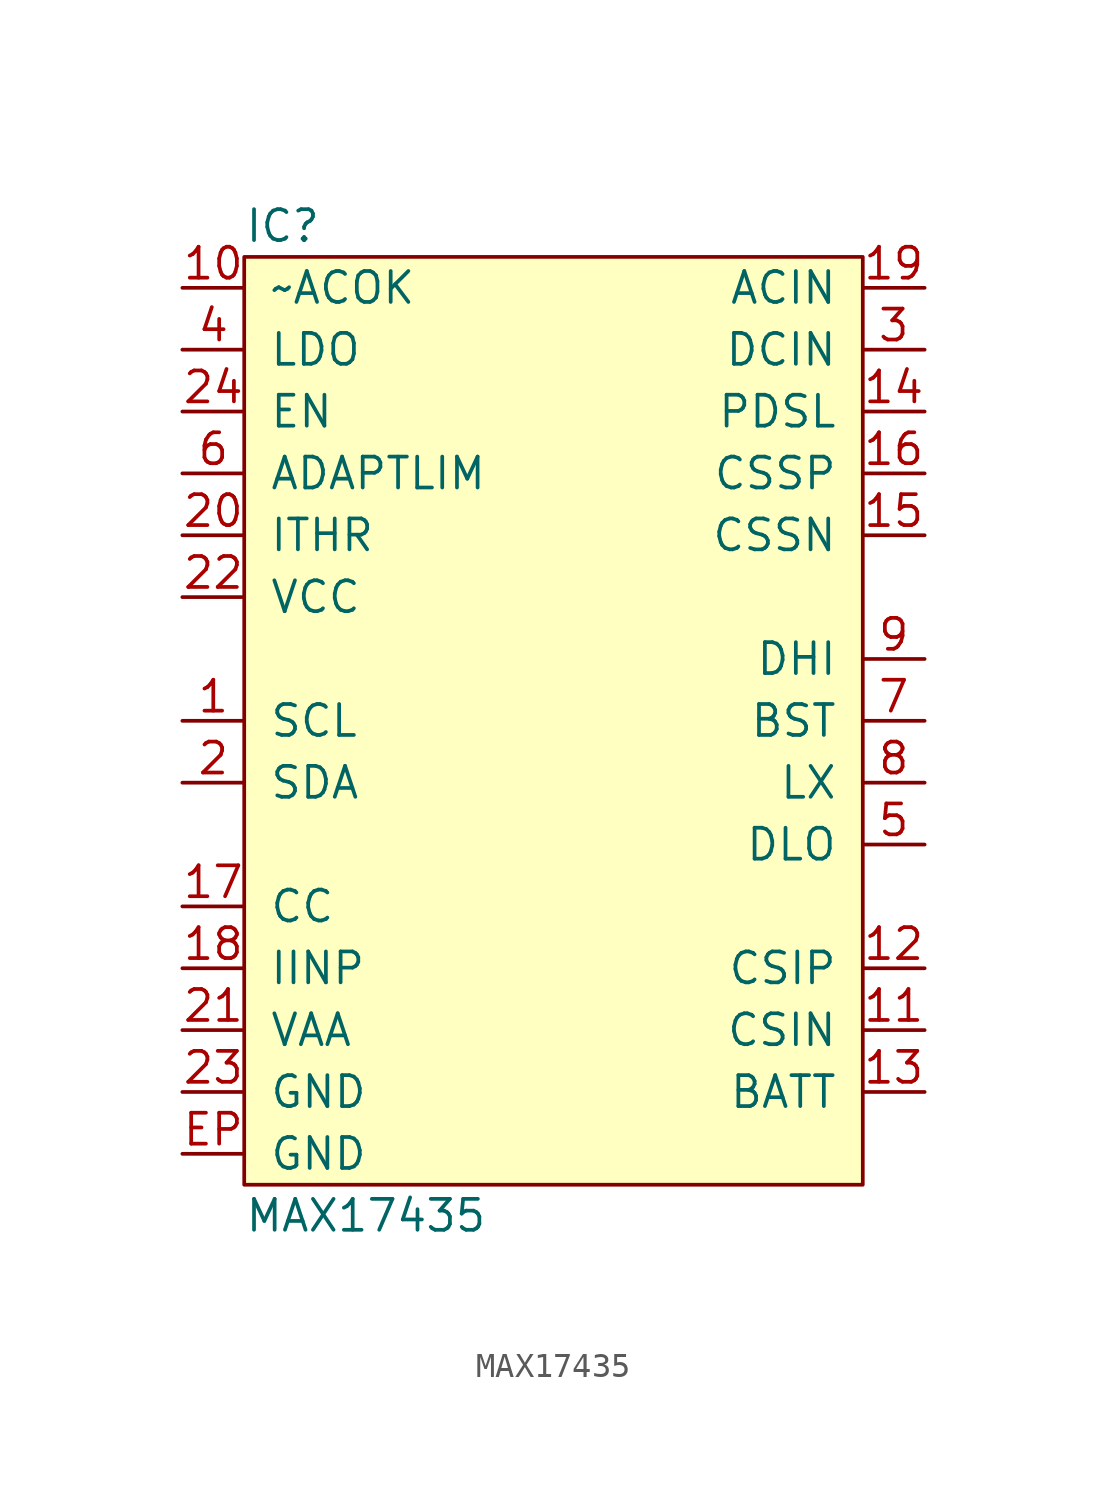
<source format=kicad_sym>
(kicad_symbol_lib
  (version 20211014)
  (generator agg_kicad.build_lib_ic)
  (symbol "MAX17435"
    (pin_names
      (offset 1.016))
    (property Reference IC
      (at -12.7 20.32 0)
      (effects (font (size 1.27 1.27)) (justify left)))
    (property Value "MAX17435"
      (at -12.7 -20.32 0)
      (effects (font (size 1.27 1.27)) (justify left)))
    (symbol "MAX17435_0_0"
      (rectangle (start -12.7 19.05) (end 12.7 -19.05) (stroke (width 0) (type default) (color 0 0 0 0)) (fill (type background)))
      (pin output line (at -15.24 17.78 0) (length 2.54) (name "~ACOK" (effects (font (size 1.27 1.27)))) (number "10" (effects (font (size 1.27 1.27)))))
      (pin power_out line (at -15.24 15.24 0) (length 2.54) (name LDO (effects (font (size 1.27 1.27)))) (number "4" (effects (font (size 1.27 1.27)))))
      (pin input line (at -15.24 12.7 0) (length 2.54) (name EN (effects (font (size 1.27 1.27)))) (number "24" (effects (font (size 1.27 1.27)))))
      (pin output line (at -15.24 10.16 0) (length 2.54) (name ADAPTLIM (effects (font (size 1.27 1.27)))) (number "6" (effects (font (size 1.27 1.27)))))
      (pin input line (at -15.24 7.62 0) (length 2.54) (name ITHR (effects (font (size 1.27 1.27)))) (number "20" (effects (font (size 1.27 1.27)))))
      (pin power_in line (at -15.24 5.08 0) (length 2.54) (name VCC (effects (font (size 1.27 1.27)))) (number "22" (effects (font (size 1.27 1.27)))))
      (pin open_collector line (at -15.24 0 0) (length 2.54) (name SCL (effects (font (size 1.27 1.27)))) (number "1" (effects (font (size 1.27 1.27)))))
      (pin open_collector line (at -15.24 -2.54 0) (length 2.54) (name SDA (effects (font (size 1.27 1.27)))) (number "2" (effects (font (size 1.27 1.27)))))
      (pin passive line (at -15.24 -7.62 0) (length 2.54) (name CC (effects (font (size 1.27 1.27)))) (number "17" (effects (font (size 1.27 1.27)))))
      (pin output line (at -15.24 -10.16 0) (length 2.54) (name IINP (effects (font (size 1.27 1.27)))) (number "18" (effects (font (size 1.27 1.27)))))
      (pin passive line (at -15.24 -12.7 0) (length 2.54) (name VAA (effects (font (size 1.27 1.27)))) (number "21" (effects (font (size 1.27 1.27)))))
      (pin power_in line (at -15.24 -15.24 0) (length 2.54) (name GND (effects (font (size 1.27 1.27)))) (number "23" (effects (font (size 1.27 1.27)))))
      (pin power_in line (at -15.24 -17.78 0) (length 2.54) (name GND (effects (font (size 1.27 1.27)))) (number EP (effects (font (size 1.27 1.27)))))
      (pin input line (at 15.24 17.78 180) (length 2.54) (name ACIN (effects (font (size 1.27 1.27)))) (number "19" (effects (font (size 1.27 1.27)))))
      (pin power_in line (at 15.24 15.24 180) (length 2.54) (name DCIN (effects (font (size 1.27 1.27)))) (number "3" (effects (font (size 1.27 1.27)))))
      (pin output line (at 15.24 12.7 180) (length 2.54) (name PDSL (effects (font (size 1.27 1.27)))) (number "14" (effects (font (size 1.27 1.27)))))
      (pin input line (at 15.24 10.16 180) (length 2.54) (name CSSP (effects (font (size 1.27 1.27)))) (number "16" (effects (font (size 1.27 1.27)))))
      (pin input line (at 15.24 7.62 180) (length 2.54) (name CSSN (effects (font (size 1.27 1.27)))) (number "15" (effects (font (size 1.27 1.27)))))
      (pin output line (at 15.24 2.54 180) (length 2.54) (name DHI (effects (font (size 1.27 1.27)))) (number "9" (effects (font (size 1.27 1.27)))))
      (pin passive line (at 15.24 0 180) (length 2.54) (name BST (effects (font (size 1.27 1.27)))) (number "7" (effects (font (size 1.27 1.27)))))
      (pin passive line (at 15.24 -2.54 180) (length 2.54) (name LX (effects (font (size 1.27 1.27)))) (number "8" (effects (font (size 1.27 1.27)))))
      (pin output line (at 15.24 -5.08 180) (length 2.54) (name DLO (effects (font (size 1.27 1.27)))) (number "5" (effects (font (size 1.27 1.27)))))
      (pin input line (at 15.24 -10.16 180) (length 2.54) (name CSIP (effects (font (size 1.27 1.27)))) (number "12" (effects (font (size 1.27 1.27)))))
      (pin input line (at 15.24 -12.7 180) (length 2.54) (name CSIN (effects (font (size 1.27 1.27)))) (number "11" (effects (font (size 1.27 1.27)))))
      (pin input line (at 15.24 -15.24 180) (length 2.54) (name BATT (effects (font (size 1.27 1.27)))) (number "13" (effects (font (size 1.27 1.27))))))))
</source>
